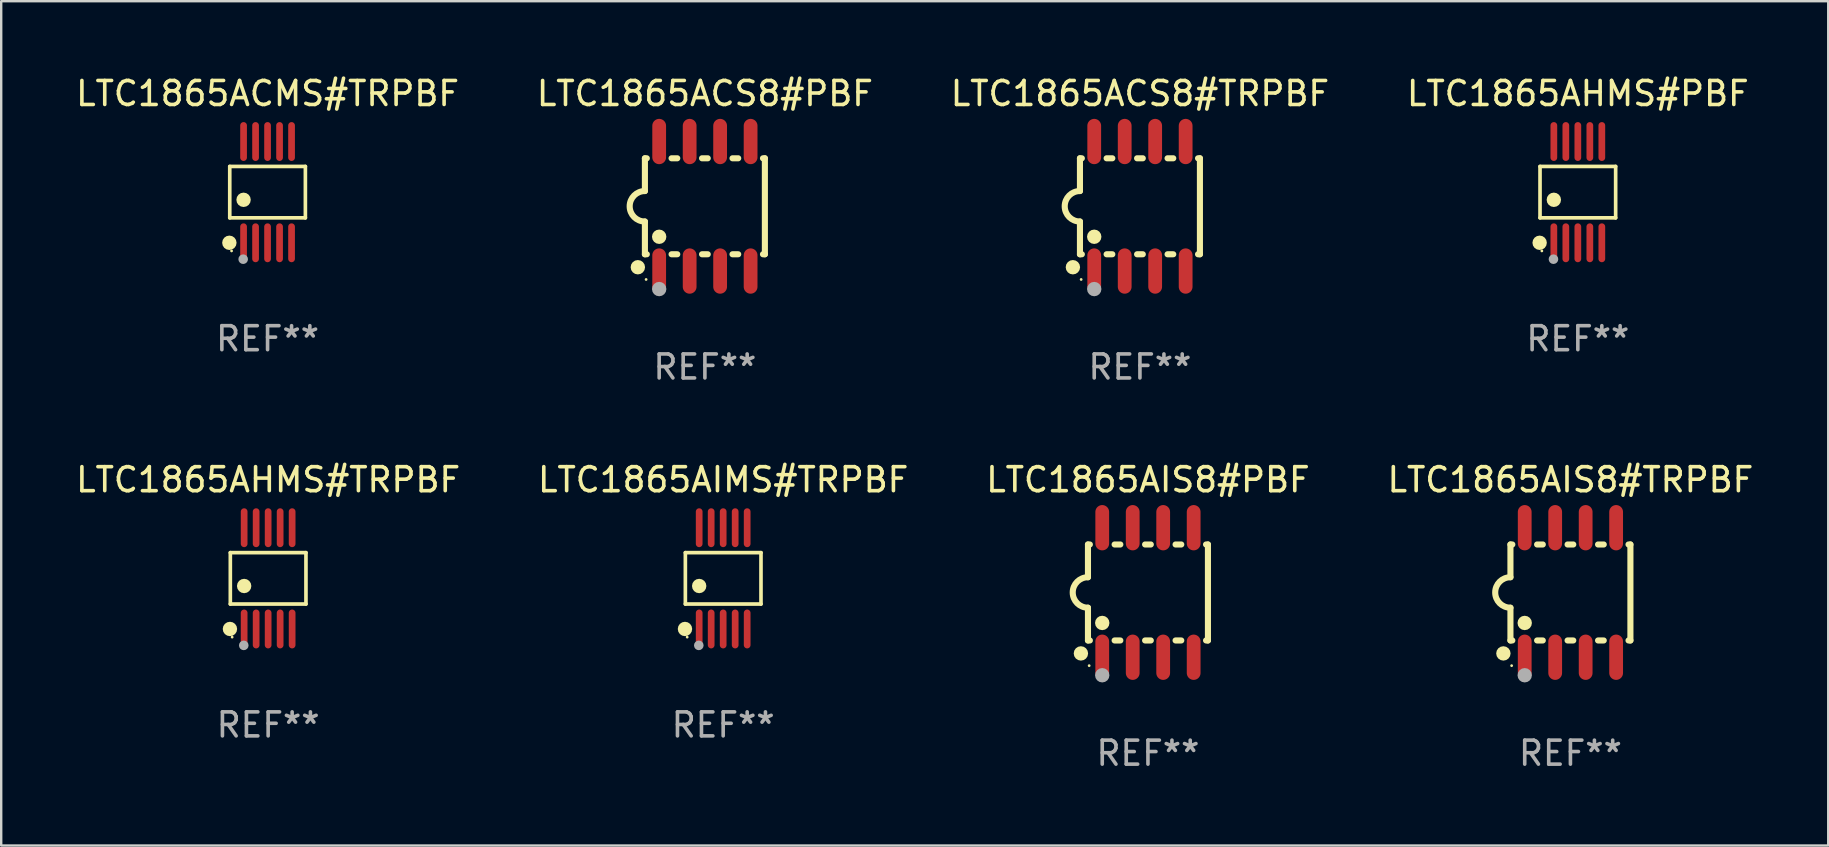
<source format=kicad_pcb>
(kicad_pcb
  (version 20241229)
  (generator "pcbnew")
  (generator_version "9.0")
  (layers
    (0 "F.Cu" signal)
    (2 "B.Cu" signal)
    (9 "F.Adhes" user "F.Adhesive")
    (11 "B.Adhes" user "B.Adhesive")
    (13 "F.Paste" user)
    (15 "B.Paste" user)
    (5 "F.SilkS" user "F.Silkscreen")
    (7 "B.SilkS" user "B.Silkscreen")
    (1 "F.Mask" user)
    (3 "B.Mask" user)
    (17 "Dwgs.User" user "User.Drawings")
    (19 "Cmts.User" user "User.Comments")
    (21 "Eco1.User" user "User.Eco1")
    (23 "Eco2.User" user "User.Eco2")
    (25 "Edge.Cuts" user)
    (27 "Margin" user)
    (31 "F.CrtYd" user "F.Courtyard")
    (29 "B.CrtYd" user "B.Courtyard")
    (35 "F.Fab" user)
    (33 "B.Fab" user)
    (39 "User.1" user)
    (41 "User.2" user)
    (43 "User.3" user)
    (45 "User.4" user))
  (footprint "LTC1865ACMS#TRPBF"
    (layer "F.Cu")
    (at 8.101 4.958)
    (property "Reference" "LTC1865ACMS#TRPBF" (at 0 -4.11 0) (layer "F.SilkS") (effects (font (size 1 1) (thickness 0.15))))
    (attr through_hole)
    (fp_line (start -1.576 -1.071) (end 1.576 -1.071) (stroke (width 0.152) (type solid)) (layer "F.SilkS"))
    (fp_line (start -1.576 1.071) (end -1.576 -1.071) (stroke (width 0.152) (type solid)) (layer "F.SilkS"))
    (fp_line (start 1.576 -1.071) (end 1.576 1.071) (stroke (width 0.152) (type solid)) (layer "F.SilkS"))
    (fp_line (start 1.576 1.071) (end -1.576 1.071) (stroke (width 0.152) (type solid)) (layer "F.SilkS"))
    (fp_circle (center -1.592 2.11) (end -1.442 2.11) (stroke (width 0.3) (type solid)) (fill no) (layer "F.SilkS"))
    (fp_circle (center -1.5 2.45) (end -1.47 2.45) (stroke (width 0.06) (type solid)) (fill no) (layer "F.SilkS"))
    (fp_circle (center -1 0.319) (end -0.85 0.319) (stroke (width 0.3) (type solid)) (fill no) (layer "F.SilkS"))
    (fp_circle (center -1.016 2.794) (end -0.916 2.794) (stroke (width 0.2) (type solid)) (fill no) (layer "F.Fab"))
    (fp_text user "REF**" (at 0 6.11 0) (layer "F.Fab") (effects (font (size 1 1) (thickness 0.15))))
    (pad "1" smd oval (at -1 2.11) (size 0.28 1.62) (layers "F.Cu" "F.Mask" "F.Paste"))
    (pad "2" smd oval (at -0.5 2.11) (size 0.28 1.62) (layers "F.Cu" "F.Mask" "F.Paste"))
    (pad "3" smd oval (at 0 2.11) (size 0.28 1.62) (layers "F.Cu" "F.Mask" "F.Paste"))
    (pad "4" smd oval (at 0.5 2.11) (size 0.28 1.62) (layers "F.Cu" "F.Mask" "F.Paste"))
    (pad "5" smd oval (at 1 2.11) (size 0.28 1.62) (layers "F.Cu" "F.Mask" "F.Paste"))
    (pad "6" smd oval (at 1 -2.11) (size 0.28 1.62) (layers "F.Cu" "F.Mask" "F.Paste"))
    (pad "7" smd oval (at 0.5 -2.11) (size 0.28 1.62) (layers "F.Cu" "F.Mask" "F.Paste"))
    (pad "8" smd oval (at 0 -2.11) (size 0.28 1.62) (layers "F.Cu" "F.Mask" "F.Paste"))
    (pad "9" smd oval (at -0.5 -2.11) (size 0.28 1.62) (layers "F.Cu" "F.Mask" "F.Paste"))
    (pad "10" smd oval (at -1 -2.11) (size 0.28 1.62) (layers "F.Cu" "F.Mask" "F.Paste")))
  (footprint "LTC1865AIS8#TRPBF"
    (layer "F.Cu")
    (at 62.399 21.642)
    (property "Reference" "LTC1865AIS8#TRPBF" (at 0 -4.699 0) (layer "F.SilkS") (effects (font (size 1 1) (thickness 0.15))))
    (attr through_hole)
    (fp_line (start -2.5 -2) (end -2.5 -0.635) (stroke (width 0.254) (type solid)) (layer "F.SilkS"))
    (fp_line (start -2.5 -2) (end -2.421 -2) (stroke (width 0.254) (type solid)) (layer "F.SilkS"))
    (fp_line (start -2.5 2) (end -2.5 0.635) (stroke (width 0.254) (type solid)) (layer "F.SilkS"))
    (fp_line (start -2.5 2) (end -2.421 2) (stroke (width 0.254) (type solid)) (layer "F.SilkS"))
    (fp_line (start -1.389 -2) (end -1.151 -2) (stroke (width 0.254) (type solid)) (layer "F.SilkS"))
    (fp_line (start -1.389 2) (end -1.151 2) (stroke (width 0.254) (type solid)) (layer "F.SilkS"))
    (fp_line (start -0.119 -2) (end 0.119 -2) (stroke (width 0.254) (type solid)) (layer "F.SilkS"))
    (fp_line (start -0.119 2) (end 0.119 2) (stroke (width 0.254) (type solid)) (layer "F.SilkS"))
    (fp_line (start 1.151 -2) (end 1.389 -2) (stroke (width 0.254) (type solid)) (layer "F.SilkS"))
    (fp_line (start 1.151 2) (end 1.389 2) (stroke (width 0.254) (type solid)) (layer "F.SilkS"))
    (fp_line (start 2.421 -2) (end 2.5 -2) (stroke (width 0.254) (type solid)) (layer "F.SilkS"))
    (fp_line (start 2.421 2) (end 2.5 2) (stroke (width 0.254) (type solid)) (layer "F.SilkS"))
    (fp_line (start 2.5 -2) (end 2.5 2) (stroke (width 0.254) (type solid)) (layer "F.SilkS"))
    (fp_arc (start -2.5 0.635001) (mid -3.134366 -0.000318) (end -2.499365 -0.635001) (stroke (width 0.254001) (type solid)) (layer "F.SilkS"))
    (fp_circle (center -2.794 2.54) (end -2.644 2.54) (stroke (width 0.3) (type solid)) (fill no) (layer "F.SilkS"))
    (fp_circle (center -2.45 3.05) (end -2.42 3.05) (stroke (width 0.06) (type solid)) (fill no) (layer "F.SilkS"))
    (fp_circle (center -1.905 1.27) (end -1.755 1.27) (stroke (width 0.3) (type solid)) (fill no) (layer "F.SilkS"))
    (fp_circle (center -1.905 3.45) (end -1.755 3.45) (stroke (width 0.3) (type solid)) (fill no) (layer "F.Fab"))
    (fp_text user "REF**" (at 0 6.699 0) (layer "F.Fab") (effects (font (size 1 1) (thickness 0.15))))
    (pad "1" smd oval (at -1.905 2.699) (size 0.574 1.888) (layers "F.Cu" "F.Mask" "F.Paste"))
    (pad "2" smd oval (at -0.635 2.699) (size 0.574 1.888) (layers "F.Cu" "F.Mask" "F.Paste"))
    (pad "3" smd oval (at 0.635 2.699) (size 0.574 1.888) (layers "F.Cu" "F.Mask" "F.Paste"))
    (pad "4" smd oval (at 1.905 2.699) (size 0.574 1.888) (layers "F.Cu" "F.Mask" "F.Paste"))
    (pad "5" smd oval (at 1.905 -2.699) (size 0.574 1.888) (layers "F.Cu" "F.Mask" "F.Paste"))
    (pad "6" smd oval (at 0.635 -2.699) (size 0.574 1.888) (layers "F.Cu" "F.Mask" "F.Paste"))
    (pad "7" smd oval (at -0.635 -2.699) (size 0.574 1.888) (layers "F.Cu" "F.Mask" "F.Paste"))
    (pad "8" smd oval (at -1.905 -2.699) (size 0.574 1.888) (layers "F.Cu" "F.Mask" "F.Paste")))
  (footprint "LTC1865AIS8#PBF"
    (layer "F.Cu")
    (at 44.792 21.642)
    (property "Reference" "LTC1865AIS8#PBF" (at 0 -4.699 0) (layer "F.SilkS") (effects (font (size 1 1) (thickness 0.15))))
    (attr through_hole)
    (fp_line (start -2.5 -2) (end -2.5 -0.635) (stroke (width 0.254) (type solid)) (layer "F.SilkS"))
    (fp_line (start -2.5 -2) (end -2.421 -2) (stroke (width 0.254) (type solid)) (layer "F.SilkS"))
    (fp_line (start -2.5 2) (end -2.5 0.635) (stroke (width 0.254) (type solid)) (layer "F.SilkS"))
    (fp_line (start -2.5 2) (end -2.421 2) (stroke (width 0.254) (type solid)) (layer "F.SilkS"))
    (fp_line (start -1.389 -2) (end -1.151 -2) (stroke (width 0.254) (type solid)) (layer "F.SilkS"))
    (fp_line (start -1.389 2) (end -1.151 2) (stroke (width 0.254) (type solid)) (layer "F.SilkS"))
    (fp_line (start -0.119 -2) (end 0.119 -2) (stroke (width 0.254) (type solid)) (layer "F.SilkS"))
    (fp_line (start -0.119 2) (end 0.119 2) (stroke (width 0.254) (type solid)) (layer "F.SilkS"))
    (fp_line (start 1.151 -2) (end 1.389 -2) (stroke (width 0.254) (type solid)) (layer "F.SilkS"))
    (fp_line (start 1.151 2) (end 1.389 2) (stroke (width 0.254) (type solid)) (layer "F.SilkS"))
    (fp_line (start 2.421 -2) (end 2.5 -2) (stroke (width 0.254) (type solid)) (layer "F.SilkS"))
    (fp_line (start 2.421 2) (end 2.5 2) (stroke (width 0.254) (type solid)) (layer "F.SilkS"))
    (fp_line (start 2.5 -2) (end 2.5 2) (stroke (width 0.254) (type solid)) (layer "F.SilkS"))
    (fp_arc (start -2.5 0.635001) (mid -3.134366 -0.000318) (end -2.499365 -0.635001) (stroke (width 0.254001) (type solid)) (layer "F.SilkS"))
    (fp_circle (center -2.794 2.54) (end -2.644 2.54) (stroke (width 0.3) (type solid)) (fill no) (layer "F.SilkS"))
    (fp_circle (center -2.45 3.05) (end -2.42 3.05) (stroke (width 0.06) (type solid)) (fill no) (layer "F.SilkS"))
    (fp_circle (center -1.905 1.27) (end -1.755 1.27) (stroke (width 0.3) (type solid)) (fill no) (layer "F.SilkS"))
    (fp_circle (center -1.905 3.45) (end -1.755 3.45) (stroke (width 0.3) (type solid)) (fill no) (layer "F.Fab"))
    (fp_text user "REF**" (at 0 6.699 0) (layer "F.Fab") (effects (font (size 1 1) (thickness 0.15))))
    (pad "1" smd oval (at -1.905 2.699) (size 0.574 1.888) (layers "F.Cu" "F.Mask" "F.Paste"))
    (pad "2" smd oval (at -0.635 2.699) (size 0.574 1.888) (layers "F.Cu" "F.Mask" "F.Paste"))
    (pad "3" smd oval (at 0.635 2.699) (size 0.574 1.888) (layers "F.Cu" "F.Mask" "F.Paste"))
    (pad "4" smd oval (at 1.905 2.699) (size 0.574 1.888) (layers "F.Cu" "F.Mask" "F.Paste"))
    (pad "5" smd oval (at 1.905 -2.699) (size 0.574 1.888) (layers "F.Cu" "F.Mask" "F.Paste"))
    (pad "6" smd oval (at 0.635 -2.699) (size 0.574 1.888) (layers "F.Cu" "F.Mask" "F.Paste"))
    (pad "7" smd oval (at -0.635 -2.699) (size 0.574 1.888) (layers "F.Cu" "F.Mask" "F.Paste"))
    (pad "8" smd oval (at -1.905 -2.699) (size 0.574 1.888) (layers "F.Cu" "F.Mask" "F.Paste")))
  (footprint "LTC1865AIMS#TRPBF"
    (layer "F.Cu")
    (at 27.089 21.053)
    (property "Reference" "LTC1865AIMS#TRPBF" (at 0 -4.11 0) (layer "F.SilkS") (effects (font (size 1 1) (thickness 0.15))))
    (attr through_hole)
    (fp_line (start -1.576 -1.071) (end 1.576 -1.071) (stroke (width 0.152) (type solid)) (layer "F.SilkS"))
    (fp_line (start -1.576 1.071) (end -1.576 -1.071) (stroke (width 0.152) (type solid)) (layer "F.SilkS"))
    (fp_line (start 1.576 -1.071) (end 1.576 1.071) (stroke (width 0.152) (type solid)) (layer "F.SilkS"))
    (fp_line (start 1.576 1.071) (end -1.576 1.071) (stroke (width 0.152) (type solid)) (layer "F.SilkS"))
    (fp_circle (center -1.592 2.11) (end -1.442 2.11) (stroke (width 0.3) (type solid)) (fill no) (layer "F.SilkS"))
    (fp_circle (center -1.5 2.45) (end -1.47 2.45) (stroke (width 0.06) (type solid)) (fill no) (layer "F.SilkS"))
    (fp_circle (center -1 0.319) (end -0.85 0.319) (stroke (width 0.3) (type solid)) (fill no) (layer "F.SilkS"))
    (fp_circle (center -1.016 2.794) (end -0.916 2.794) (stroke (width 0.2) (type solid)) (fill no) (layer "F.Fab"))
    (fp_text user "REF**" (at 0 6.11 0) (layer "F.Fab") (effects (font (size 1 1) (thickness 0.15))))
    (pad "1" smd oval (at -1 2.11) (size 0.28 1.62) (layers "F.Cu" "F.Mask" "F.Paste"))
    (pad "2" smd oval (at -0.5 2.11) (size 0.28 1.62) (layers "F.Cu" "F.Mask" "F.Paste"))
    (pad "3" smd oval (at 0 2.11) (size 0.28 1.62) (layers "F.Cu" "F.Mask" "F.Paste"))
    (pad "4" smd oval (at 0.5 2.11) (size 0.28 1.62) (layers "F.Cu" "F.Mask" "F.Paste"))
    (pad "5" smd oval (at 1 2.11) (size 0.28 1.62) (layers "F.Cu" "F.Mask" "F.Paste"))
    (pad "6" smd oval (at 1 -2.11) (size 0.28 1.62) (layers "F.Cu" "F.Mask" "F.Paste"))
    (pad "7" smd oval (at 0.5 -2.11) (size 0.28 1.62) (layers "F.Cu" "F.Mask" "F.Paste"))
    (pad "8" smd oval (at 0 -2.11) (size 0.28 1.62) (layers "F.Cu" "F.Mask" "F.Paste"))
    (pad "9" smd oval (at -0.5 -2.11) (size 0.28 1.62) (layers "F.Cu" "F.Mask" "F.Paste"))
    (pad "10" smd oval (at -1 -2.11) (size 0.28 1.62) (layers "F.Cu" "F.Mask" "F.Paste")))
  (footprint "LTC1865ACS8#PBF"
    (layer "F.Cu")
    (at 26.327 5.547)
    (property "Reference" "LTC1865ACS8#PBF" (at 0 -4.699 0) (layer "F.SilkS") (effects (font (size 1 1) (thickness 0.15))))
    (attr through_hole)
    (fp_line (start -2.5 -2) (end -2.5 -0.635) (stroke (width 0.254) (type solid)) (layer "F.SilkS"))
    (fp_line (start -2.5 -2) (end -2.421 -2) (stroke (width 0.254) (type solid)) (layer "F.SilkS"))
    (fp_line (start -2.5 2) (end -2.5 0.635) (stroke (width 0.254) (type solid)) (layer "F.SilkS"))
    (fp_line (start -2.5 2) (end -2.421 2) (stroke (width 0.254) (type solid)) (layer "F.SilkS"))
    (fp_line (start -1.389 -2) (end -1.151 -2) (stroke (width 0.254) (type solid)) (layer "F.SilkS"))
    (fp_line (start -1.389 2) (end -1.151 2) (stroke (width 0.254) (type solid)) (layer "F.SilkS"))
    (fp_line (start -0.119 -2) (end 0.119 -2) (stroke (width 0.254) (type solid)) (layer "F.SilkS"))
    (fp_line (start -0.119 2) (end 0.119 2) (stroke (width 0.254) (type solid)) (layer "F.SilkS"))
    (fp_line (start 1.151 -2) (end 1.389 -2) (stroke (width 0.254) (type solid)) (layer "F.SilkS"))
    (fp_line (start 1.151 2) (end 1.389 2) (stroke (width 0.254) (type solid)) (layer "F.SilkS"))
    (fp_line (start 2.421 -2) (end 2.5 -2) (stroke (width 0.254) (type solid)) (layer "F.SilkS"))
    (fp_line (start 2.421 2) (end 2.5 2) (stroke (width 0.254) (type solid)) (layer "F.SilkS"))
    (fp_line (start 2.5 -2) (end 2.5 2) (stroke (width 0.254) (type solid)) (layer "F.SilkS"))
    (fp_arc (start -2.5 0.635001) (mid -3.134366 -0.000318) (end -2.499365 -0.635001) (stroke (width 0.254001) (type solid)) (layer "F.SilkS"))
    (fp_circle (center -2.794 2.54) (end -2.644 2.54) (stroke (width 0.3) (type solid)) (fill no) (layer "F.SilkS"))
    (fp_circle (center -2.45 3.05) (end -2.42 3.05) (stroke (width 0.06) (type solid)) (fill no) (layer "F.SilkS"))
    (fp_circle (center -1.905 1.27) (end -1.755 1.27) (stroke (width 0.3) (type solid)) (fill no) (layer "F.SilkS"))
    (fp_circle (center -1.905 3.45) (end -1.755 3.45) (stroke (width 0.3) (type solid)) (fill no) (layer "F.Fab"))
    (fp_text user "REF**" (at 0 6.699 0) (layer "F.Fab") (effects (font (size 1 1) (thickness 0.15))))
    (pad "1" smd oval (at -1.905 2.699) (size 0.574 1.888) (layers "F.Cu" "F.Mask" "F.Paste"))
    (pad "2" smd oval (at -0.635 2.699) (size 0.574 1.888) (layers "F.Cu" "F.Mask" "F.Paste"))
    (pad "3" smd oval (at 0.635 2.699) (size 0.574 1.888) (layers "F.Cu" "F.Mask" "F.Paste"))
    (pad "4" smd oval (at 1.905 2.699) (size 0.574 1.888) (layers "F.Cu" "F.Mask" "F.Paste"))
    (pad "5" smd oval (at 1.905 -2.699) (size 0.574 1.888) (layers "F.Cu" "F.Mask" "F.Paste"))
    (pad "6" smd oval (at 0.635 -2.699) (size 0.574 1.888) (layers "F.Cu" "F.Mask" "F.Paste"))
    (pad "7" smd oval (at -0.635 -2.699) (size 0.574 1.888) (layers "F.Cu" "F.Mask" "F.Paste"))
    (pad "8" smd oval (at -1.905 -2.699) (size 0.574 1.888) (layers "F.Cu" "F.Mask" "F.Paste")))
  (footprint "LTC1865ACS8#TRPBF"
    (layer "F.Cu")
    (at 44.458 5.547)
    (property "Reference" "LTC1865ACS8#TRPBF" (at 0 -4.699 0) (layer "F.SilkS") (effects (font (size 1 1) (thickness 0.15))))
    (attr through_hole)
    (fp_line (start -2.5 -2) (end -2.5 -0.635) (stroke (width 0.254) (type solid)) (layer "F.SilkS"))
    (fp_line (start -2.5 -2) (end -2.421 -2) (stroke (width 0.254) (type solid)) (layer "F.SilkS"))
    (fp_line (start -2.5 2) (end -2.5 0.635) (stroke (width 0.254) (type solid)) (layer "F.SilkS"))
    (fp_line (start -2.5 2) (end -2.421 2) (stroke (width 0.254) (type solid)) (layer "F.SilkS"))
    (fp_line (start -1.389 -2) (end -1.151 -2) (stroke (width 0.254) (type solid)) (layer "F.SilkS"))
    (fp_line (start -1.389 2) (end -1.151 2) (stroke (width 0.254) (type solid)) (layer "F.SilkS"))
    (fp_line (start -0.119 -2) (end 0.119 -2) (stroke (width 0.254) (type solid)) (layer "F.SilkS"))
    (fp_line (start -0.119 2) (end 0.119 2) (stroke (width 0.254) (type solid)) (layer "F.SilkS"))
    (fp_line (start 1.151 -2) (end 1.389 -2) (stroke (width 0.254) (type solid)) (layer "F.SilkS"))
    (fp_line (start 1.151 2) (end 1.389 2) (stroke (width 0.254) (type solid)) (layer "F.SilkS"))
    (fp_line (start 2.421 -2) (end 2.5 -2) (stroke (width 0.254) (type solid)) (layer "F.SilkS"))
    (fp_line (start 2.421 2) (end 2.5 2) (stroke (width 0.254) (type solid)) (layer "F.SilkS"))
    (fp_line (start 2.5 -2) (end 2.5 2) (stroke (width 0.254) (type solid)) (layer "F.SilkS"))
    (fp_arc (start -2.5 0.635001) (mid -3.134366 -0.000318) (end -2.499365 -0.635001) (stroke (width 0.254001) (type solid)) (layer "F.SilkS"))
    (fp_circle (center -2.794 2.54) (end -2.644 2.54) (stroke (width 0.3) (type solid)) (fill no) (layer "F.SilkS"))
    (fp_circle (center -2.45 3.05) (end -2.42 3.05) (stroke (width 0.06) (type solid)) (fill no) (layer "F.SilkS"))
    (fp_circle (center -1.905 1.27) (end -1.755 1.27) (stroke (width 0.3) (type solid)) (fill no) (layer "F.SilkS"))
    (fp_circle (center -1.905 3.45) (end -1.755 3.45) (stroke (width 0.3) (type solid)) (fill no) (layer "F.Fab"))
    (fp_text user "REF**" (at 0 6.699 0) (layer "F.Fab") (effects (font (size 1 1) (thickness 0.15))))
    (pad "1" smd oval (at -1.905 2.699) (size 0.574 1.888) (layers "F.Cu" "F.Mask" "F.Paste"))
    (pad "2" smd oval (at -0.635 2.699) (size 0.574 1.888) (layers "F.Cu" "F.Mask" "F.Paste"))
    (pad "3" smd oval (at 0.635 2.699) (size 0.574 1.888) (layers "F.Cu" "F.Mask" "F.Paste"))
    (pad "4" smd oval (at 1.905 2.699) (size 0.574 1.888) (layers "F.Cu" "F.Mask" "F.Paste"))
    (pad "5" smd oval (at 1.905 -2.699) (size 0.574 1.888) (layers "F.Cu" "F.Mask" "F.Paste"))
    (pad "6" smd oval (at 0.635 -2.699) (size 0.574 1.888) (layers "F.Cu" "F.Mask" "F.Paste"))
    (pad "7" smd oval (at -0.635 -2.699) (size 0.574 1.888) (layers "F.Cu" "F.Mask" "F.Paste"))
    (pad "8" smd oval (at -1.905 -2.699) (size 0.574 1.888) (layers "F.Cu" "F.Mask" "F.Paste")))
  (footprint "LTC1865AHMS#TRPBF"
    (layer "F.Cu")
    (at 8.125 21.053)
    (property "Reference" "LTC1865AHMS#TRPBF" (at 0 -4.11 0) (layer "F.SilkS") (effects (font (size 1 1) (thickness 0.15))))
    (attr through_hole)
    (fp_line (start -1.576 -1.071) (end 1.576 -1.071) (stroke (width 0.152) (type solid)) (layer "F.SilkS"))
    (fp_line (start -1.576 1.071) (end -1.576 -1.071) (stroke (width 0.152) (type solid)) (layer "F.SilkS"))
    (fp_line (start 1.576 -1.071) (end 1.576 1.071) (stroke (width 0.152) (type solid)) (layer "F.SilkS"))
    (fp_line (start 1.576 1.071) (end -1.576 1.071) (stroke (width 0.152) (type solid)) (layer "F.SilkS"))
    (fp_circle (center -1.592 2.11) (end -1.442 2.11) (stroke (width 0.3) (type solid)) (fill no) (layer "F.SilkS"))
    (fp_circle (center -1.5 2.45) (end -1.47 2.45) (stroke (width 0.06) (type solid)) (fill no) (layer "F.SilkS"))
    (fp_circle (center -1 0.319) (end -0.85 0.319) (stroke (width 0.3) (type solid)) (fill no) (layer "F.SilkS"))
    (fp_circle (center -1.016 2.794) (end -0.916 2.794) (stroke (width 0.2) (type solid)) (fill no) (layer "F.Fab"))
    (fp_text user "REF**" (at 0 6.11 0) (layer "F.Fab") (effects (font (size 1 1) (thickness 0.15))))
    (pad "1" smd oval (at -1 2.11) (size 0.28 1.62) (layers "F.Cu" "F.Mask" "F.Paste"))
    (pad "2" smd oval (at -0.5 2.11) (size 0.28 1.62) (layers "F.Cu" "F.Mask" "F.Paste"))
    (pad "3" smd oval (at 0 2.11) (size 0.28 1.62) (layers "F.Cu" "F.Mask" "F.Paste"))
    (pad "4" smd oval (at 0.5 2.11) (size 0.28 1.62) (layers "F.Cu" "F.Mask" "F.Paste"))
    (pad "5" smd oval (at 1 2.11) (size 0.28 1.62) (layers "F.Cu" "F.Mask" "F.Paste"))
    (pad "6" smd oval (at 1 -2.11) (size 0.28 1.62) (layers "F.Cu" "F.Mask" "F.Paste"))
    (pad "7" smd oval (at 0.5 -2.11) (size 0.28 1.62) (layers "F.Cu" "F.Mask" "F.Paste"))
    (pad "8" smd oval (at 0 -2.11) (size 0.28 1.62) (layers "F.Cu" "F.Mask" "F.Paste"))
    (pad "9" smd oval (at -0.5 -2.11) (size 0.28 1.62) (layers "F.Cu" "F.Mask" "F.Paste"))
    (pad "10" smd oval (at -1 -2.11) (size 0.28 1.62) (layers "F.Cu" "F.Mask" "F.Paste")))
  (footprint "LTC1865AHMS#PBF"
    (layer "F.Cu")
    (at 62.708 4.958)
    (property "Reference" "LTC1865AHMS#PBF" (at 0 -4.11 0) (layer "F.SilkS") (effects (font (size 1 1) (thickness 0.15))))
    (attr through_hole)
    (fp_line (start -1.576 -1.071) (end 1.576 -1.071) (stroke (width 0.152) (type solid)) (layer "F.SilkS"))
    (fp_line (start -1.576 1.071) (end -1.576 -1.071) (stroke (width 0.152) (type solid)) (layer "F.SilkS"))
    (fp_line (start 1.576 -1.071) (end 1.576 1.071) (stroke (width 0.152) (type solid)) (layer "F.SilkS"))
    (fp_line (start 1.576 1.071) (end -1.576 1.071) (stroke (width 0.152) (type solid)) (layer "F.SilkS"))
    (fp_circle (center -1.592 2.11) (end -1.442 2.11) (stroke (width 0.3) (type solid)) (fill no) (layer "F.SilkS"))
    (fp_circle (center -1.5 2.45) (end -1.47 2.45) (stroke (width 0.06) (type solid)) (fill no) (layer "F.SilkS"))
    (fp_circle (center -1 0.319) (end -0.85 0.319) (stroke (width 0.3) (type solid)) (fill no) (layer "F.SilkS"))
    (fp_circle (center -1.016 2.794) (end -0.916 2.794) (stroke (width 0.2) (type solid)) (fill no) (layer "F.Fab"))
    (fp_text user "REF**" (at 0 6.11 0) (layer "F.Fab") (effects (font (size 1 1) (thickness 0.15))))
    (pad "1" smd oval (at -1 2.11) (size 0.28 1.62) (layers "F.Cu" "F.Mask" "F.Paste"))
    (pad "2" smd oval (at -0.5 2.11) (size 0.28 1.62) (layers "F.Cu" "F.Mask" "F.Paste"))
    (pad "3" smd oval (at 0 2.11) (size 0.28 1.62) (layers "F.Cu" "F.Mask" "F.Paste"))
    (pad "4" smd oval (at 0.5 2.11) (size 0.28 1.62) (layers "F.Cu" "F.Mask" "F.Paste"))
    (pad "5" smd oval (at 1 2.11) (size 0.28 1.62) (layers "F.Cu" "F.Mask" "F.Paste"))
    (pad "6" smd oval (at 1 -2.11) (size 0.28 1.62) (layers "F.Cu" "F.Mask" "F.Paste"))
    (pad "7" smd oval (at 0.5 -2.11) (size 0.28 1.62) (layers "F.Cu" "F.Mask" "F.Paste"))
    (pad "8" smd oval (at 0 -2.11) (size 0.28 1.62) (layers "F.Cu" "F.Mask" "F.Paste"))
    (pad "9" smd oval (at -0.5 -2.11) (size 0.28 1.62) (layers "F.Cu" "F.Mask" "F.Paste"))
    (pad "10" smd oval (at -1 -2.11) (size 0.28 1.62) (layers "F.Cu" "F.Mask" "F.Paste")))
  (gr_rect
    (start -3 -3)
    (end 73.143 32.189)
    (stroke (width 0.1) (type default))
    (fill no)
    (layer "Edge.Cuts")))
</source>
